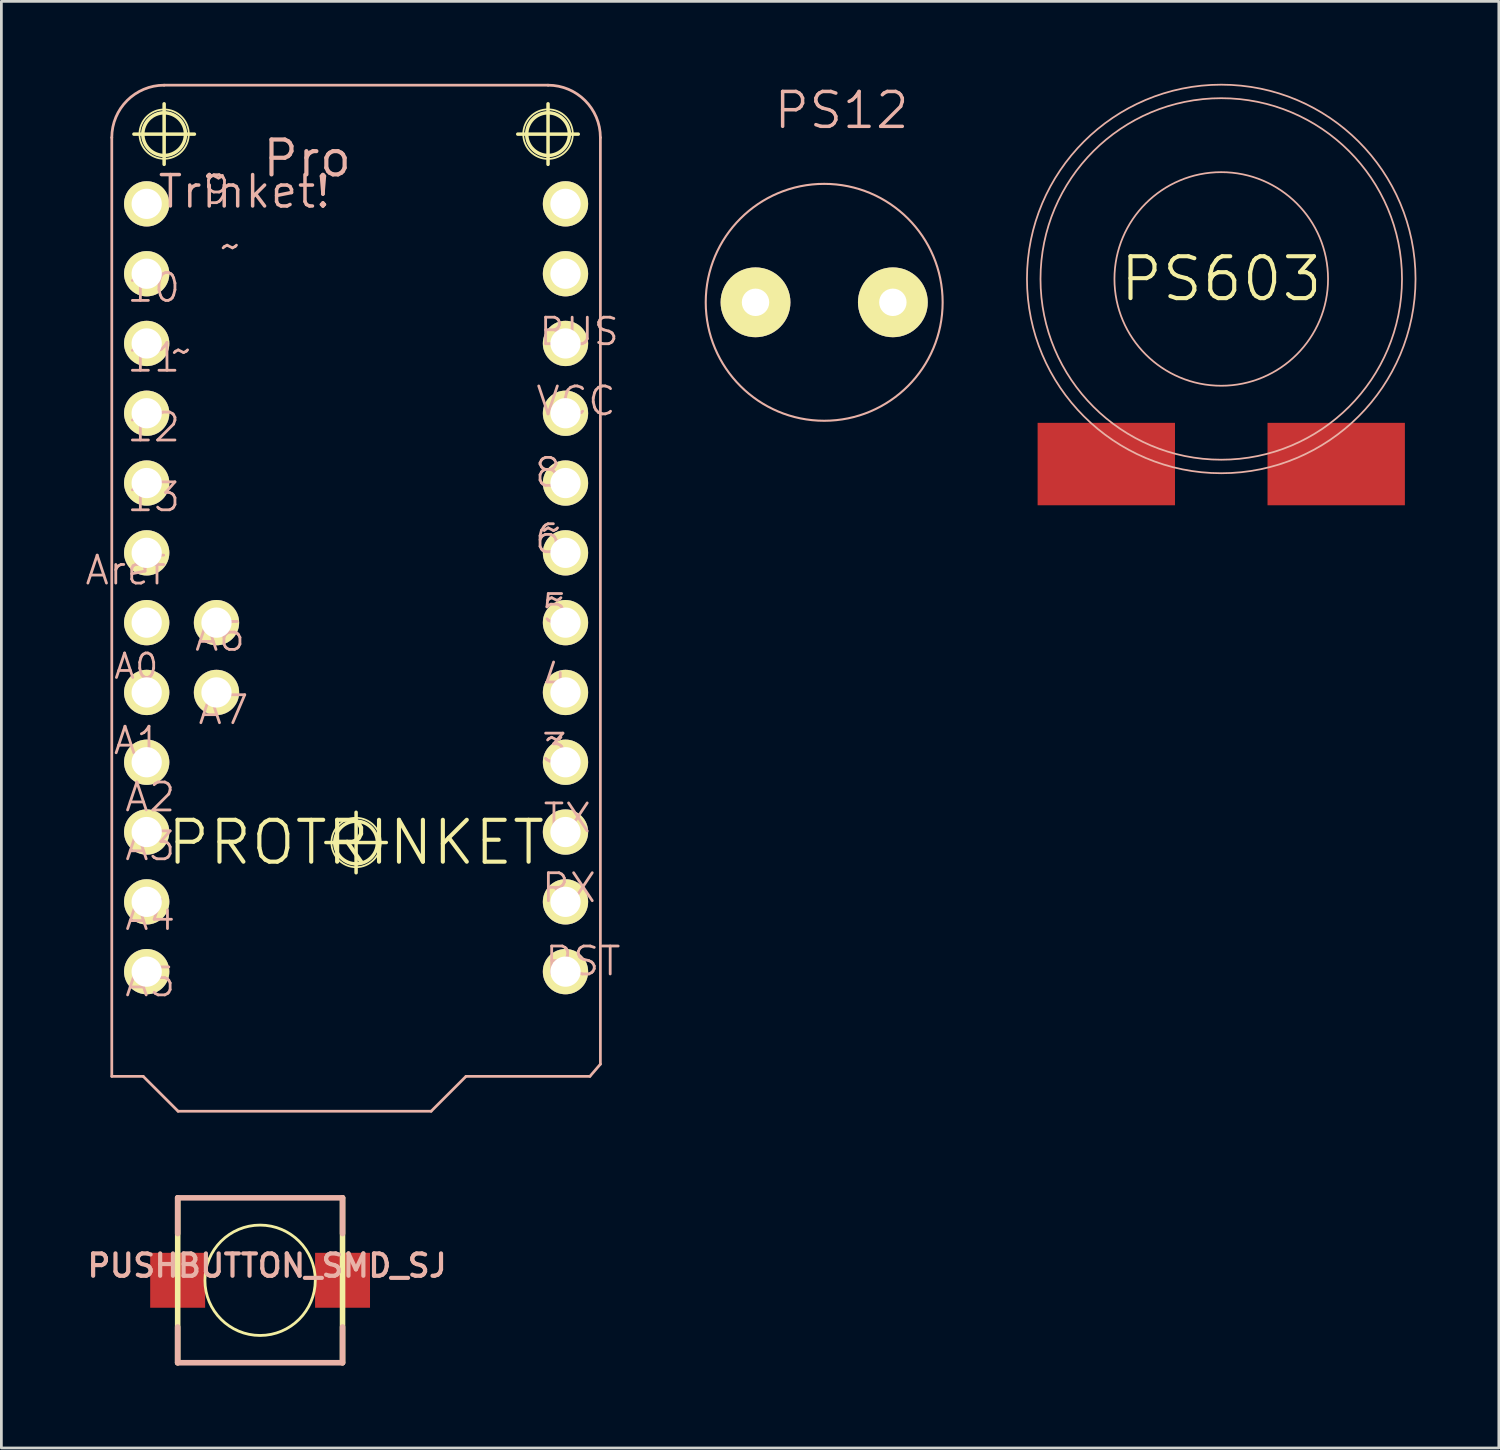
<source format=kicad_pcb>
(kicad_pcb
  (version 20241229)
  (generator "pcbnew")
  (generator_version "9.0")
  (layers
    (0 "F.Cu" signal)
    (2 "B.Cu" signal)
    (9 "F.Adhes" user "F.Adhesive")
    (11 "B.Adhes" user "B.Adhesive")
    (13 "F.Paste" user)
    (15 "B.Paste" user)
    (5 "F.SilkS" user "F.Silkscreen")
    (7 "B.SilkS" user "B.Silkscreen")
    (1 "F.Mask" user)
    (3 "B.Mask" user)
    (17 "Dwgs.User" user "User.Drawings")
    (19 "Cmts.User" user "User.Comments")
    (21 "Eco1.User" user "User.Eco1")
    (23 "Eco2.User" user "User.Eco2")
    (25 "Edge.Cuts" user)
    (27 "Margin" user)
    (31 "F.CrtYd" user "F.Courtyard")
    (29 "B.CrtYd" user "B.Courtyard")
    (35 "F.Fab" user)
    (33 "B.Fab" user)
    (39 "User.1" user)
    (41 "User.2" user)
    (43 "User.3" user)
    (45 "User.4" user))
  (footprint "PUSHBUTTON_SMD_SJ"
    (layer "F.Cu")
    (at 6.415 43.539)
    (property "Reference" "PUSHBUTTON_SMD_SJ" (at 0.254 -0.533 0) (layer "B.SilkS") (effects (font (size 0.813 0.813) (thickness 0.152))))
    (attr smd)
    (fp_line (start -3 3) (end -2.997 -3) (stroke (width 0.203) (type solid)) (layer "F.SilkS"))
    (fp_line (start -2.997 -3) (end 3 -3) (stroke (width 0.127) (type solid)) (layer "F.SilkS"))
    (fp_line (start 3 -3) (end 3 3) (stroke (width 0.203) (type solid)) (layer "F.SilkS"))
    (fp_line (start 3 3) (end -3 3) (stroke (width 0.127) (type solid)) (layer "F.SilkS"))
    (fp_circle (center 0 0) (end -1.42 1.42) (stroke (width 0.102) (type solid)) (fill no) (layer "F.SilkS"))
    (fp_line (start -3 -3) (end 3 -3) (stroke (width 0.203) (type solid)) (layer "B.SilkS"))
    (fp_line (start -3 -1.699) (end -3 -3) (stroke (width 0.203) (type solid)) (layer "B.SilkS"))
    (fp_line (start -3 3) (end -3 1.699) (stroke (width 0.203) (type solid)) (layer "B.SilkS"))
    (fp_line (start 3 -3) (end 3 -1.699) (stroke (width 0.203) (type solid)) (layer "B.SilkS"))
    (fp_line (start 3 1.699) (end 3 3) (stroke (width 0.203) (type solid)) (layer "B.SilkS"))
    (fp_line (start 3 3) (end -3 3) (stroke (width 0.203) (type solid)) (layer "B.SilkS"))
    (pad "P$1" smd rect (at 3 0) (size 1.999 1.999) (layers "F.Cu" "F.Mask" "F.Paste"))
    (pad "P$2" smd rect (at -3 0) (size 1.999 1.999) (layers "F.Cu" "F.Mask" "F.Paste")))
  (footprint "PS603"
    (layer "F.Cu")
    (at 41.391 7.101)
    (property "Reference" "PS603" (at 0 0 0) (layer "F.SilkS") (effects (font (size 1.524 1.524) (thickness 0.15))))
    (attr smd)
    (fp_circle (center 0 0) (end -4.999 4.999) (stroke (width 0.064) (type solid)) (fill no) (layer "B.SilkS"))
    (fp_circle (center 0 0) (end -4.651 4.651) (stroke (width 0.064) (type solid)) (fill no) (layer "B.SilkS"))
    (fp_circle (center 0 0) (end -2.748 2.748) (stroke (width 0.064) (type solid)) (fill no) (layer "B.SilkS"))
    (pad "1" smd rect (at -4.183 6.736 90) (size 3 4.999) (layers "F.Cu" "F.Mask" "F.Paste"))
    (pad "2" smd rect (at 4.183 6.736 90) (size 3 4.999) (layers "F.Cu" "F.Mask" "F.Paste")))
  (footprint "PROTRINKET"
    (layer "F.Cu")
    (at 9.908 27.609)
    (property "Reference" "PROTRINKET" (at 0 0 0) (layer "F.SilkS") (effects (font (size 1.524 1.524) (thickness 0.15))))
    (attr exclude_from_pos_files exclude_from_bom)
    (fp_line (start -8.085 -25.778) (end -5.883 -25.778) (stroke (width 0.127) (type solid)) (layer "F.SilkS"))
    (fp_line (start -6.985 -24.679) (end -6.985 -26.881) (stroke (width 0.127) (type solid)) (layer "F.SilkS"))
    (fp_line (start -1.1 0) (end 1.1 0) (stroke (width 0.127) (type solid)) (layer "F.SilkS"))
    (fp_line (start 0 1.1) (end 0 -1.1) (stroke (width 0.127) (type solid)) (layer "F.SilkS"))
    (fp_line (start 5.883 -25.778) (end 8.085 -25.778) (stroke (width 0.127) (type solid)) (layer "F.SilkS"))
    (fp_line (start 6.985 -24.679) (end 6.985 -26.881) (stroke (width 0.127) (type solid)) (layer "F.SilkS"))
    (fp_circle (center -6.985 -25.778) (end -7.62 -26.413) (stroke (width 0.064) (type solid)) (fill no) (layer "F.SilkS"))
    (fp_circle (center -6.985 -25.778) (end -7.534 -26.327) (stroke (width 0.127) (type solid)) (fill no) (layer "F.SilkS"))
    (fp_circle (center 0 0) (end -0.635 0.635) (stroke (width 0.064) (type solid)) (fill no) (layer "F.SilkS"))
    (fp_circle (center 0 0) (end -0.549 0.549) (stroke (width 0.127) (type solid)) (fill no) (layer "F.SilkS"))
    (fp_circle (center 6.985 -25.778) (end 7.534 -26.327) (stroke (width 0.127) (type solid)) (fill no) (layer "F.SilkS"))
    (fp_circle (center 6.985 -25.778) (end 7.623 -26.416) (stroke (width 0.064) (type solid)) (fill no) (layer "F.SilkS"))
    (fp_line (start -8.89 -25.654) (end -8.89 8.509) (stroke (width 0.1) (type solid)) (layer "B.SilkS"))
    (fp_line (start -8.89 8.509) (end -7.747 8.509) (stroke (width 0.1) (type solid)) (layer "B.SilkS"))
    (fp_line (start -7.747 8.509) (end -6.477 9.779) (stroke (width 0.1) (type solid)) (layer "B.SilkS"))
    (fp_line (start -6.477 9.779) (end 2.731 9.779) (stroke (width 0.1) (type solid)) (layer "B.SilkS"))
    (fp_line (start 2.731 9.779) (end 4 8.509) (stroke (width 0.1) (type solid)) (layer "B.SilkS"))
    (fp_line (start 4 8.509) (end 8.509 8.509) (stroke (width 0.1) (type solid)) (layer "B.SilkS"))
    (fp_line (start 6.985 -27.559) (end -6.985 -27.559) (stroke (width 0.1) (type solid)) (layer "B.SilkS"))
    (fp_line (start 8.509 8.509) (end 8.89 8.065) (stroke (width 0.1) (type solid)) (layer "B.SilkS"))
    (fp_line (start 8.89 8.065) (end 8.89 -25.654) (stroke (width 0.1) (type solid)) (layer "B.SilkS"))
    (fp_arc (start -8.89 -25.654) (mid -8.332038 -27.001038) (end -6.985 -27.559) (stroke (width 0.1) (type solid)) (layer "B.SilkS"))
    (fp_arc (start 6.985 -27.559) (mid 8.332038 -27.001038) (end 8.89 -25.654) (stroke (width 0.1) (type solid)) (layer "B.SilkS"))
    (fp_text user "6" (at 6.985 -11.049 0) (layer "B.SilkS") (effects (font (size 1.016 1.016) (thickness 0.102))))
    (fp_text user "9" (at -5.08 -23.749 0) (layer "B.SilkS") (effects (font (size 1.016 1.016) (thickness 0.102))))
    (fp_text user "~" (at 7.112 -11.43 0) (layer "B.SilkS") (effects (font (size 1.016 1.016) (thickness 0.102))))
    (fp_text user "4" (at 7.236 -5.969 0) (layer "B.SilkS") (effects (font (size 1.016 1.016) (thickness 0.102))))
    (fp_text user "A2" (at -7.493 -1.651 180) (layer "B.SilkS") (effects (font (size 1.016 1.016) (thickness 0.102))))
    (fp_text user "A5" (at -7.493 5.08 180) (layer "B.SilkS") (effects (font (size 1.016 1.016) (thickness 0.102))))
    (fp_text user "VCC" (at 8.001 -16.063 0) (layer "B.SilkS") (effects (font (size 1.016 1.016) (thickness 0.102))))
    (fp_text user "13" (at -7.366 -12.573 180) (layer "B.SilkS") (effects (font (size 1.016 1.016) (thickness 0.102))))
    (fp_text user "A6" (at -4.953 -7.493 180) (layer "B.SilkS") (effects (font (size 1.016 1.016) (thickness 0.102))))
    (fp_text user "A0" (at -8.001 -6.413 180) (layer "B.SilkS") (effects (font (size 0.889 0.889) (thickness 0.102))))
    (fp_text user "11" (at -7.366 -17.65 180) (layer "B.SilkS") (effects (font (size 1.016 1.016) (thickness 0.102))))
    (fp_text user "~" (at -4.572 -21.717 0) (layer "B.SilkS") (effects (font (size 1.016 1.016) (thickness 0.102))))
    (fp_text user "12" (at -7.366 -15.113 180) (layer "B.SilkS") (effects (font (size 1.016 1.016) (thickness 0.102))))
    (fp_text user "~" (at -6.35 -17.907 180) (layer "B.SilkS") (effects (font (size 1.016 1.016) (thickness 0.102))))
    (fp_text user "10" (at -7.366 -20.193 180) (layer "B.SilkS") (effects (font (size 1.016 1.016) (thickness 0.102))))
    (fp_text user "Aref" (at -8.382 -9.906 180) (layer "B.SilkS") (effects (font (size 1.016 1.016) (thickness 0.102))))
    (fp_text user "Trinket!" (at -4.064 -23.686 180) (layer "B.SilkS") (effects (font (size 1.143 1.143) (thickness 0.127))))
    (fp_text user "RST" (at 8.255 4.318 0) (layer "B.SilkS") (effects (font (size 1.016 1.016) (thickness 0.102))))
    (fp_text user "5" (at 7.236 -8.509 0) (layer "B.SilkS") (effects (font (size 1.016 1.016) (thickness 0.102))))
    (fp_text user "~" (at -5.08 -24.257 0) (layer "B.SilkS") (effects (font (size 1.016 1.016) (thickness 0.102))))
    (fp_text user "3" (at 7.236 -3.429 0) (layer "B.SilkS") (effects (font (size 1.016 1.016) (thickness 0.102))))
    (fp_text user "8" (at 6.985 -13.462 0) (layer "B.SilkS") (effects (font (size 1.016 1.016) (thickness 0.102))))
    (fp_text user "~" (at 7.236 -3.81 0) (layer "B.SilkS") (effects (font (size 1.016 1.016) (thickness 0.102))))
    (fp_text user "~" (at 7.236 -8.89 0) (layer "B.SilkS") (effects (font (size 1.016 1.016) (thickness 0.102))))
    (fp_text user "RX" (at 7.747 1.651 0) (layer "B.SilkS") (effects (font (size 1.016 1.016) (thickness 0.102))))
    (fp_text user "A4" (at -7.493 2.667 180) (layer "B.SilkS") (effects (font (size 1.016 1.016) (thickness 0.102))))
    (fp_text user "A7" (at -4.826 -4.826 180) (layer "B.SilkS") (effects (font (size 1.016 1.016) (thickness 0.102))))
    (fp_text user "A3" (at -7.493 0.127 180) (layer "B.SilkS") (effects (font (size 1.016 1.016) (thickness 0.102))))
    (fp_text user "A1" (at -7.95 -3.708 180) (layer "B.SilkS") (effects (font (size 0.965 0.965) (thickness 0.102))))
    (fp_text user "Pro" (at -1.778 -24.892 180) (layer "B.SilkS") (effects (font (size 1.27 1.27) (thickness 0.152))))
    (fp_text user "TX" (at 7.684 -0.889 0) (layer "B.SilkS") (effects (font (size 1.016 1.016) (thickness 0.102))))
    (fp_text user "BUS" (at 8.115 -18.593 0) (layer "B.SilkS") (effects (font (size 0.965 0.965) (thickness 0.102))))
    (pad "3" thru_hole circle (at 7.62 -2.921) (size 1.648 1.648) (drill 1.1) (layers "*.Cu" "F.Mask" "F.SilkS" "F.Paste"))
    (pad "4" thru_hole circle (at 7.62 -5.461) (size 1.648 1.648) (drill 1.1) (layers "*.Cu" "F.Mask" "F.SilkS" "F.Paste"))
    (pad "5" thru_hole circle (at 7.62 -8.001) (size 1.648 1.648) (drill 1.1) (layers "*.Cu" "F.Mask" "F.SilkS" "F.Paste"))
    (pad "6" thru_hole circle (at 7.62 -10.541) (size 1.648 1.648) (drill 1.1) (layers "*.Cu" "F.Mask" "F.SilkS" "F.Paste"))
    (pad "8" thru_hole circle (at 7.62 -13.081) (size 1.648 1.648) (drill 1.1) (layers "*.Cu" "F.Mask" "F.SilkS" "F.Paste"))
    (pad "9" thru_hole circle (at -7.62 -23.241) (size 1.648 1.648) (drill 1.1) (layers "*.Cu" "F.Mask" "F.SilkS" "F.Paste"))
    (pad "10" thru_hole circle (at -7.62 -20.698) (size 1.648 1.648) (drill 1.1) (layers "*.Cu" "F.Mask" "F.SilkS" "F.Paste"))
    (pad "11" thru_hole circle (at -7.62 -18.161) (size 1.648 1.648) (drill 1.1) (layers "*.Cu" "F.Mask" "F.SilkS" "F.Paste"))
    (pad "12" thru_hole circle (at -7.62 -15.621) (size 1.648 1.648) (drill 1.1) (layers "*.Cu" "F.Mask" "F.SilkS" "F.Paste"))
    (pad "13" thru_hole circle (at -7.62 -13.081) (size 1.648 1.648) (drill 1.1) (layers "*.Cu" "F.Mask" "F.SilkS" "F.Paste"))
    (pad "A0" thru_hole circle (at -7.62 -8.001) (size 1.648 1.648) (drill 1.1) (layers "*.Cu" "F.Mask" "F.SilkS" "F.Paste"))
    (pad "A1" thru_hole circle (at -7.62 -5.461) (size 1.648 1.648) (drill 1.1) (layers "*.Cu" "F.Mask" "F.SilkS" "F.Paste"))
    (pad "A2" thru_hole circle (at -7.62 -2.921) (size 1.648 1.648) (drill 1.1) (layers "*.Cu" "F.Mask" "F.SilkS" "F.Paste"))
    (pad "A3" thru_hole circle (at -7.62 -0.381) (size 1.648 1.648) (drill 1.1) (layers "*.Cu" "F.Mask" "F.SilkS" "F.Paste"))
    (pad "A4" thru_hole circle (at -7.62 2.159) (size 1.648 1.648) (drill 1.1) (layers "*.Cu" "F.Mask" "F.SilkS" "F.Paste"))
    (pad "A5" thru_hole circle (at -7.62 4.699) (size 1.648 1.648) (drill 1.1) (layers "*.Cu" "F.Mask" "F.SilkS" "F.Paste"))
    (pad "A6" thru_hole circle (at -5.08 -8.001) (size 1.648 1.648) (drill 1.1) (layers "*.Cu" "F.Mask" "F.SilkS" "F.Paste"))
    (pad "A7" thru_hole circle (at -5.08 -5.461) (size 1.648 1.648) (drill 1.1) (layers "*.Cu" "F.Mask" "F.SilkS" "F.Paste"))
    (pad "AREF" thru_hole circle (at -7.62 -10.541) (size 1.648 1.648) (drill 1.1) (layers "*.Cu" "F.Mask" "F.SilkS" "F.Paste"))
    (pad "BAT+" thru_hole circle (at 7.62 -23.241) (size 1.648 1.648) (drill 1.1) (layers "*.Cu" "F.Mask" "F.SilkS" "F.Paste"))
    (pad "GND" thru_hole circle (at 7.62 -20.698) (size 1.648 1.648) (drill 1.1) (layers "*.Cu" "F.Mask" "F.SilkS" "F.Paste"))
    (pad "RST" thru_hole circle (at 7.62 4.699) (size 1.648 1.648) (drill 1.1) (layers "*.Cu" "F.Mask" "F.SilkS" "F.Paste"))
    (pad "RX" thru_hole circle (at 7.62 2.159) (size 1.648 1.648) (drill 1.1) (layers "*.Cu" "F.Mask" "F.SilkS" "F.Paste"))
    (pad "TX" thru_hole circle (at 7.62 -0.381) (size 1.648 1.648) (drill 1.1) (layers "*.Cu" "F.Mask" "F.SilkS" "F.Paste"))
    (pad "USB" thru_hole circle (at 7.62 -18.161) (size 1.648 1.648) (drill 1.1) (layers "*.Cu" "F.Mask" "F.SilkS" "F.Paste"))
    (pad "VCC" thru_hole circle (at 7.62 -15.621) (size 1.648 1.648) (drill 1.1) (layers "*.Cu" "F.Mask" "F.SilkS" "F.Paste")))
  (footprint "PS12"
    (layer "F.Cu")
    (at 26.942 7.951)
    (property "Reference" "PS12" (at 0.635 -6.985 0) (layer "B.SilkS") (effects (font (size 1.27 1.27) (thickness 0.127))))
    (attr exclude_from_pos_files exclude_from_bom)
    (fp_circle (center 0 0) (end -3.048 3.048) (stroke (width 0.076) (type solid)) (fill no) (layer "B.SilkS"))
    (pad "P$1" thru_hole circle (at -2.499 0) (size 2.54 2.54) (drill 0.998) (layers "*.Cu" "F.Mask" "F.SilkS" "F.Paste"))
    (pad "P$2" thru_hole circle (at 2.499 0) (size 2.54 2.54) (drill 0.998) (layers "*.Cu" "F.Mask" "F.SilkS" "F.Paste")))
  (gr_rect
    (start -3 -3)
    (end 51.492 49.641)
    (stroke (width 0.1) (type default))
    (fill no)
    (layer "Edge.Cuts")))
</source>
